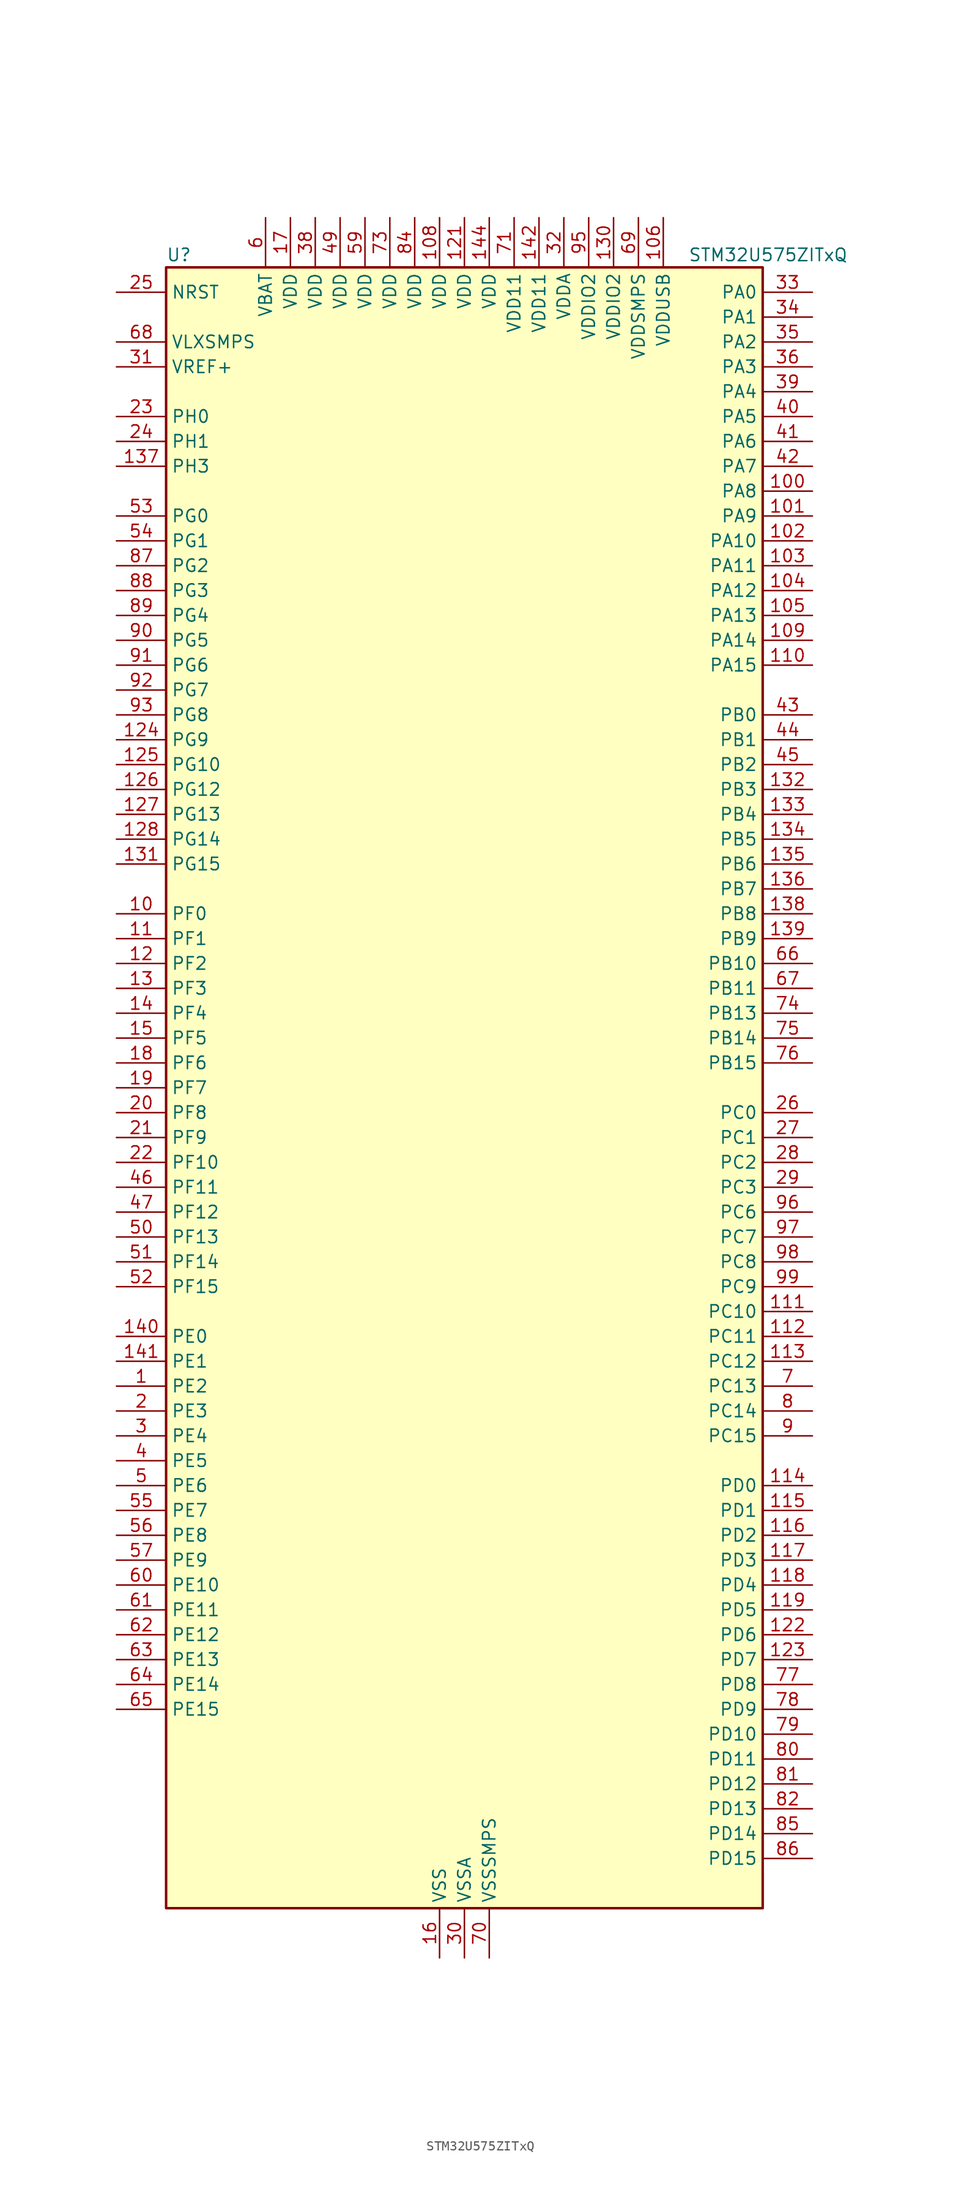
<source format=kicad_sym>
(kicad_symbol_lib
  (version 20211014)
  (generator kicad-library-utils)
  (symbol "STM32U575ZITxQ"
    (property "Reference" "U"
      (at -30.48 85.09 0)
      (effects (font (size 1.27 1.27)) (justify left)))
    (property "Value" "STM32U575ZITxQ"
      (at 22.86 85.09 0)
      (effects (font (size 1.27 1.27)) (justify left)))
    (property "ki_fp_filters" "LQFP*20x20mm*P0.5mm*"
      (at 0.0 0.0 0.0)
      (effects (font (size 1.27 1.27))))
    (symbol "STM32U575ZITxQ_0_1"
      (rectangle (start -30.48 -83.82) (end 30.48 83.82) (stroke (width 0.254)) (fill (type background))))
    (symbol "STM32U575ZITxQ_1_1"
      (pin input line (at -35.56 81.28 0) (length 5.08) (name "NRST" (effects (font (size 1.27 1.27)))) (number "25" (effects (font (size 1.27 1.27)))))
      (pin power_in line (at -35.56 76.2 0) (length 5.08) (name "VLXSMPS" (effects (font (size 1.27 1.27)))) (number "68" (effects (font (size 1.27 1.27)))))
      (pin input line (at -35.56 73.66 0) (length 5.08) (name "VREF+" (effects (font (size 1.27 1.27)))) (number "31" (effects (font (size 1.27 1.27)))) (alternate "VREFBUF_OUT" bidirectional line))
      (pin bidirectional line (at -35.56 68.58 0) (length 5.08) (name "PH0" (effects (font (size 1.27 1.27)))) (number "23" (effects (font (size 1.27 1.27)))) (alternate "RCC_OSC_IN" bidirectional line))
      (pin bidirectional line (at -35.56 66.04 0) (length 5.08) (name "PH1" (effects (font (size 1.27 1.27)))) (number "24" (effects (font (size 1.27 1.27)))) (alternate "RCC_OSC_OUT" bidirectional line))
      (pin bidirectional line (at -35.56 63.5 0) (length 5.08) (name "PH3" (effects (font (size 1.27 1.27)))) (number "137" (effects (font (size 1.27 1.27)))))
      (pin bidirectional line (at -35.56 58.42 0) (length 5.08) (name "PG0" (effects (font (size 1.27 1.27)))) (number "53" (effects (font (size 1.27 1.27)))) (alternate "ADC4_IN7" bidirectional line) (alternate "FMC_A10" bidirectional line) (alternate "OCTOSPIM_P2_IO4" bidirectional line) (alternate "TSC_G8_IO3" bidirectional line))
      (pin bidirectional line (at -35.56 55.88 0) (length 5.08) (name "PG1" (effects (font (size 1.27 1.27)))) (number "54" (effects (font (size 1.27 1.27)))) (alternate "ADC4_IN8" bidirectional line) (alternate "FMC_A11" bidirectional line) (alternate "OCTOSPIM_P2_IO5" bidirectional line) (alternate "TSC_G8_IO4" bidirectional line))
      (pin bidirectional line (at -35.56 53.34 0) (length 5.08) (name "PG2" (effects (font (size 1.27 1.27)))) (number "87" (effects (font (size 1.27 1.27)))) (alternate "FMC_A12" bidirectional line) (alternate "SAI2_SCK_B" bidirectional line) (alternate "SPI1_SCK" bidirectional line))
      (pin bidirectional line (at -35.56 50.8 0) (length 5.08) (name "PG3" (effects (font (size 1.27 1.27)))) (number "88" (effects (font (size 1.27 1.27)))) (alternate "FMC_A13" bidirectional line) (alternate "SAI2_FS_B" bidirectional line) (alternate "SPI1_MISO" bidirectional line))
      (pin bidirectional line (at -35.56 48.26 0) (length 5.08) (name "PG4" (effects (font (size 1.27 1.27)))) (number "89" (effects (font (size 1.27 1.27)))) (alternate "FMC_A14" bidirectional line) (alternate "SAI2_MCLK_B" bidirectional line) (alternate "SPI1_MOSI" bidirectional line))
      (pin bidirectional line (at -35.56 45.72 0) (length 5.08) (name "PG5" (effects (font (size 1.27 1.27)))) (number "90" (effects (font (size 1.27 1.27)))) (alternate "FMC_A15" bidirectional line) (alternate "LPUART1_CTS" bidirectional line) (alternate "SAI2_SD_B" bidirectional line) (alternate "SPI1_NSS" bidirectional line))
      (pin bidirectional line (at -35.56 43.18 0) (length 5.08) (name "PG6" (effects (font (size 1.27 1.27)))) (number "91" (effects (font (size 1.27 1.27)))) (alternate "I2C3_SMBA" bidirectional line) (alternate "LPUART1_DE" bidirectional line) (alternate "LPUART1_RTS" bidirectional line) (alternate "OCTOSPIM_P1_DQS" bidirectional line) (alternate "SPI1_RDY" bidirectional line) (alternate "UCPD1_FRSTX1" bidirectional line))
      (pin bidirectional line (at -35.56 40.64 0) (length 5.08) (name "PG7" (effects (font (size 1.27 1.27)))) (number "92" (effects (font (size 1.27 1.27)))) (alternate "FMC_INT" bidirectional line) (alternate "I2C3_SCL" bidirectional line) (alternate "LPUART1_TX" bidirectional line) (alternate "MDF1_CCK0" bidirectional line) (alternate "OCTOSPIM_P2_DQS" bidirectional line) (alternate "SAI1_CK1" bidirectional line) (alternate "SAI1_MCLK_A" bidirectional line) (alternate "UCPD1_FRSTX2" bidirectional line))
      (pin bidirectional line (at -35.56 38.1 0) (length 5.08) (name "PG8" (effects (font (size 1.27 1.27)))) (number "93" (effects (font (size 1.27 1.27)))) (alternate "I2C3_SDA" bidirectional line) (alternate "LPUART1_RX" bidirectional line))
      (pin bidirectional line (at -35.56 35.56 0) (length 5.08) (name "PG9" (effects (font (size 1.27 1.27)))) (number "124" (effects (font (size 1.27 1.27)))) (alternate "DAC1_EXTI9" bidirectional line) (alternate "FMC_NCE" bidirectional line) (alternate "FMC_NE2" bidirectional line) (alternate "OCTOSPIM_P2_IO6" bidirectional line) (alternate "SAI2_SCK_A" bidirectional line) (alternate "SPI3_SCK" bidirectional line) (alternate "TIM15_CH1N" bidirectional line) (alternate "USART1_TX" bidirectional line))
      (pin bidirectional line (at -35.56 33.02 0) (length 5.08) (name "PG10" (effects (font (size 1.27 1.27)))) (number "125" (effects (font (size 1.27 1.27)))) (alternate "FMC_NE3" bidirectional line) (alternate "LPTIM1_IN1" bidirectional line) (alternate "OCTOSPIM_P2_IO7" bidirectional line) (alternate "SAI2_FS_A" bidirectional line) (alternate "SPI3_MISO" bidirectional line) (alternate "TIM15_CH1" bidirectional line) (alternate "USART1_RX" bidirectional line))
      (pin bidirectional line (at -35.56 30.48 0) (length 5.08) (name "PG12" (effects (font (size 1.27 1.27)))) (number "126" (effects (font (size 1.27 1.27)))) (alternate "FMC_NE4" bidirectional line) (alternate "LPTIM1_ETR" bidirectional line) (alternate "OCTOSPIM_P2_NCS" bidirectional line) (alternate "SAI2_SD_A" bidirectional line) (alternate "SPI3_NSS" bidirectional line) (alternate "USART1_DE" bidirectional line) (alternate "USART1_RTS" bidirectional line))
      (pin bidirectional line (at -35.56 27.94 0) (length 5.08) (name "PG13" (effects (font (size 1.27 1.27)))) (number "127" (effects (font (size 1.27 1.27)))) (alternate "FMC_A24" bidirectional line) (alternate "I2C1_SDA" bidirectional line) (alternate "SPI3_RDY" bidirectional line) (alternate "USART1_CK" bidirectional line))
      (pin bidirectional line (at -35.56 25.4 0) (length 5.08) (name "PG14" (effects (font (size 1.27 1.27)))) (number "128" (effects (font (size 1.27 1.27)))) (alternate "FMC_A25" bidirectional line) (alternate "I2C1_SCL" bidirectional line) (alternate "LPTIM1_CH2" bidirectional line))
      (pin bidirectional line (at -35.56 22.86 0) (length 5.08) (name "PG15" (effects (font (size 1.27 1.27)))) (number "131" (effects (font (size 1.27 1.27)))) (alternate "ADC1_EXTI15" bidirectional line) (alternate "ADC4_EXTI15" bidirectional line) (alternate "DCMI_D13" bidirectional line) (alternate "I2C1_SMBA" bidirectional line) (alternate "LPTIM1_CH1" bidirectional line) (alternate "OCTOSPIM_P2_DQS" bidirectional line) (alternate "PSSI_D13" bidirectional line))
      (pin bidirectional line (at -35.56 17.78 0) (length 5.08) (name "PF0" (effects (font (size 1.27 1.27)))) (number "10" (effects (font (size 1.27 1.27)))) (alternate "FMC_A0" bidirectional line) (alternate "I2C2_SDA" bidirectional line) (alternate "OCTOSPIM_P2_IO0" bidirectional line))
      (pin bidirectional line (at -35.56 15.24 0) (length 5.08) (name "PF1" (effects (font (size 1.27 1.27)))) (number "11" (effects (font (size 1.27 1.27)))) (alternate "FMC_A1" bidirectional line) (alternate "I2C2_SCL" bidirectional line) (alternate "OCTOSPIM_P2_IO1" bidirectional line))
      (pin bidirectional line (at -35.56 12.7 0) (length 5.08) (name "PF2" (effects (font (size 1.27 1.27)))) (number "12" (effects (font (size 1.27 1.27)))) (alternate "FMC_A2" bidirectional line) (alternate "I2C2_SMBA" bidirectional line) (alternate "LPTIM3_CH2" bidirectional line) (alternate "OCTOSPIM_P2_IO2" bidirectional line) (alternate "PWR_WKUP8" bidirectional line))
      (pin bidirectional line (at -35.56 10.16 0) (length 5.08) (name "PF3" (effects (font (size 1.27 1.27)))) (number "13" (effects (font (size 1.27 1.27)))) (alternate "FMC_A3" bidirectional line) (alternate "LPTIM3_IN1" bidirectional line) (alternate "OCTOSPIM_P2_IO3" bidirectional line))
      (pin bidirectional line (at -35.56 7.62 0) (length 5.08) (name "PF4" (effects (font (size 1.27 1.27)))) (number "14" (effects (font (size 1.27 1.27)))) (alternate "FMC_A4" bidirectional line) (alternate "LPTIM3_ETR" bidirectional line) (alternate "OCTOSPIM_P2_CLK" bidirectional line))
      (pin bidirectional line (at -35.56 5.08 0) (length 5.08) (name "PF5" (effects (font (size 1.27 1.27)))) (number "15" (effects (font (size 1.27 1.27)))) (alternate "FMC_A5" bidirectional line) (alternate "LPTIM3_CH1" bidirectional line) (alternate "OCTOSPIM_P2_NCLK" bidirectional line))
      (pin bidirectional line (at -35.56 2.54 0) (length 5.08) (name "PF6" (effects (font (size 1.27 1.27)))) (number "18" (effects (font (size 1.27 1.27)))) (alternate "DCMI_D12" bidirectional line) (alternate "OCTOSPIM_P1_IO3" bidirectional line) (alternate "OCTOSPIM_P2_NCS" bidirectional line) (alternate "PSSI_D12" bidirectional line) (alternate "SAI1_SD_B" bidirectional line) (alternate "TIM5_CH1" bidirectional line) (alternate "TIM5_ETR" bidirectional line))
      (pin bidirectional line (at -35.56 0.0 0) (length 5.08) (name "PF7" (effects (font (size 1.27 1.27)))) (number "19" (effects (font (size 1.27 1.27)))) (alternate "FDCAN1_RX" bidirectional line) (alternate "OCTOSPIM_P1_IO2" bidirectional line) (alternate "SAI1_MCLK_B" bidirectional line) (alternate "TIM5_CH2" bidirectional line))
      (pin bidirectional line (at -35.56 -2.54 0) (length 5.08) (name "PF8" (effects (font (size 1.27 1.27)))) (number "20" (effects (font (size 1.27 1.27)))) (alternate "FDCAN1_TX" bidirectional line) (alternate "OCTOSPIM_P1_IO0" bidirectional line) (alternate "PSSI_D14" bidirectional line) (alternate "SAI1_SCK_B" bidirectional line) (alternate "TIM5_CH3" bidirectional line))
      (pin bidirectional line (at -35.56 -5.08 0) (length 5.08) (name "PF9" (effects (font (size 1.27 1.27)))) (number "21" (effects (font (size 1.27 1.27)))) (alternate "DAC1_EXTI9" bidirectional line) (alternate "OCTOSPIM_P1_IO1" bidirectional line) (alternate "PSSI_D15" bidirectional line) (alternate "SAI1_FS_B" bidirectional line) (alternate "TIM15_CH1" bidirectional line) (alternate "TIM5_CH4" bidirectional line))
      (pin bidirectional line (at -35.56 -7.62 0) (length 5.08) (name "PF10" (effects (font (size 1.27 1.27)))) (number "22" (effects (font (size 1.27 1.27)))) (alternate "DCMI_D11" bidirectional line) (alternate "MDF1_CCK1" bidirectional line) (alternate "OCTOSPIM_P1_CLK" bidirectional line) (alternate "PSSI_D11" bidirectional line) (alternate "PSSI_D15" bidirectional line) (alternate "SAI1_D3" bidirectional line) (alternate "TIM15_CH2" bidirectional line))
      (pin bidirectional line (at -35.56 -10.16 0) (length 5.08) (name "PF11" (effects (font (size 1.27 1.27)))) (number "46" (effects (font (size 1.27 1.27)))) (alternate "ADC1_EXTI11" bidirectional line) (alternate "DCMI_D12" bidirectional line) (alternate "LPTIM4_IN1" bidirectional line) (alternate "OCTOSPIM_P1_NCLK" bidirectional line) (alternate "PSSI_D12" bidirectional line))
      (pin bidirectional line (at -35.56 -12.7 0) (length 5.08) (name "PF12" (effects (font (size 1.27 1.27)))) (number "47" (effects (font (size 1.27 1.27)))) (alternate "FMC_A6" bidirectional line) (alternate "LPTIM4_ETR" bidirectional line) (alternate "OCTOSPIM_P2_DQS" bidirectional line))
      (pin bidirectional line (at -35.56 -15.24 0) (length 5.08) (name "PF13" (effects (font (size 1.27 1.27)))) (number "50" (effects (font (size 1.27 1.27)))) (alternate "FMC_A7" bidirectional line) (alternate "I2C4_SMBA" bidirectional line) (alternate "LPTIM4_OUT" bidirectional line) (alternate "UCPD1_FRSTX2" bidirectional line))
      (pin bidirectional line (at -35.56 -17.78 0) (length 5.08) (name "PF14" (effects (font (size 1.27 1.27)))) (number "51" (effects (font (size 1.27 1.27)))) (alternate "ADC4_IN5" bidirectional line) (alternate "FMC_A8" bidirectional line) (alternate "I2C4_SCL" bidirectional line) (alternate "TSC_G8_IO1" bidirectional line))
      (pin bidirectional line (at -35.56 -20.32 0) (length 5.08) (name "PF15" (effects (font (size 1.27 1.27)))) (number "52" (effects (font (size 1.27 1.27)))) (alternate "ADC1_EXTI15" bidirectional line) (alternate "ADC4_EXTI15" bidirectional line) (alternate "ADC4_IN6" bidirectional line) (alternate "FMC_A9" bidirectional line) (alternate "I2C4_SDA" bidirectional line) (alternate "TSC_G8_IO2" bidirectional line))
      (pin bidirectional line (at -35.56 -25.4 0) (length 5.08) (name "PE0" (effects (font (size 1.27 1.27)))) (number "140" (effects (font (size 1.27 1.27)))) (alternate "DCMI_D2" bidirectional line) (alternate "FMC_NBL0" bidirectional line) (alternate "PSSI_D2" bidirectional line) (alternate "TIM16_CH1" bidirectional line) (alternate "TIM4_ETR" bidirectional line))
      (pin bidirectional line (at -35.56 -27.94 0) (length 5.08) (name "PE1" (effects (font (size 1.27 1.27)))) (number "141" (effects (font (size 1.27 1.27)))) (alternate "DCMI_D3" bidirectional line) (alternate "FMC_NBL1" bidirectional line) (alternate "PSSI_D3" bidirectional line) (alternate "TIM17_CH1" bidirectional line))
      (pin bidirectional line (at -35.56 -30.48 0) (length 5.08) (name "PE2" (effects (font (size 1.27 1.27)))) (number "1" (effects (font (size 1.27 1.27)))) (alternate "DEBUG_TRACECLK" bidirectional line) (alternate "FMC_A23" bidirectional line) (alternate "SAI1_CK1" bidirectional line) (alternate "SAI1_MCLK_A" bidirectional line) (alternate "TIM3_ETR" bidirectional line) (alternate "TSC_G7_IO1" bidirectional line))
      (pin bidirectional line (at -35.56 -33.02 0) (length 5.08) (name "PE3" (effects (font (size 1.27 1.27)))) (number "2" (effects (font (size 1.27 1.27)))) (alternate "DEBUG_TRACED0" bidirectional line) (alternate "FMC_A19" bidirectional line) (alternate "OCTOSPIM_P1_DQS" bidirectional line) (alternate "SAI1_SD_B" bidirectional line) (alternate "TAMP_IN6" bidirectional line) (alternate "TAMP_OUT3" bidirectional line) (alternate "TIM3_CH1" bidirectional line) (alternate "TSC_G7_IO2" bidirectional line))
      (pin bidirectional line (at -35.56 -35.56 0) (length 5.08) (name "PE4" (effects (font (size 1.27 1.27)))) (number "3" (effects (font (size 1.27 1.27)))) (alternate "DCMI_D4" bidirectional line) (alternate "DEBUG_TRACED1" bidirectional line) (alternate "FMC_A20" bidirectional line) (alternate "MDF1_SDI3" bidirectional line) (alternate "PSSI_D4" bidirectional line) (alternate "PWR_WKUP1" bidirectional line) (alternate "SAI1_D2" bidirectional line) (alternate "SAI1_FS_A" bidirectional line) (alternate "TAMP_IN7" bidirectional line) (alternate "TAMP_OUT8" bidirectional line) (alternate "TIM3_CH2" bidirectional line) (alternate "TSC_G7_IO3" bidirectional line))
      (pin bidirectional line (at -35.56 -38.1 0) (length 5.08) (name "PE5" (effects (font (size 1.27 1.27)))) (number "4" (effects (font (size 1.27 1.27)))) (alternate "DCMI_D6" bidirectional line) (alternate "DEBUG_TRACED2" bidirectional line) (alternate "FMC_A21" bidirectional line) (alternate "MDF1_CKI3" bidirectional line) (alternate "PSSI_D6" bidirectional line) (alternate "PWR_WKUP2" bidirectional line) (alternate "SAI1_CK2" bidirectional line) (alternate "SAI1_SCK_A" bidirectional line) (alternate "TAMP_IN8" bidirectional line) (alternate "TAMP_OUT7" bidirectional line) (alternate "TIM3_CH3" bidirectional line) (alternate "TSC_G7_IO4" bidirectional line))
      (pin bidirectional line (at -35.56 -40.64 0) (length 5.08) (name "PE6" (effects (font (size 1.27 1.27)))) (number "5" (effects (font (size 1.27 1.27)))) (alternate "DCMI_D7" bidirectional line) (alternate "DEBUG_TRACED3" bidirectional line) (alternate "FMC_A22" bidirectional line) (alternate "PSSI_D7" bidirectional line) (alternate "PWR_WKUP3" bidirectional line) (alternate "SAI1_D1" bidirectional line) (alternate "SAI1_SD_A" bidirectional line) (alternate "TAMP_IN3" bidirectional line) (alternate "TAMP_OUT6" bidirectional line) (alternate "TIM3_CH4" bidirectional line))
      (pin bidirectional line (at -35.56 -43.18 0) (length 5.08) (name "PE7" (effects (font (size 1.27 1.27)))) (number "55" (effects (font (size 1.27 1.27)))) (alternate "FMC_D4" bidirectional line) (alternate "FMC_DA4" bidirectional line) (alternate "MDF1_SDI2" bidirectional line) (alternate "PWR_WKUP6" bidirectional line) (alternate "SAI1_SD_B" bidirectional line) (alternate "TIM1_ETR" bidirectional line))
      (pin bidirectional line (at -35.56 -45.72 0) (length 5.08) (name "PE8" (effects (font (size 1.27 1.27)))) (number "56" (effects (font (size 1.27 1.27)))) (alternate "FMC_D5" bidirectional line) (alternate "FMC_DA5" bidirectional line) (alternate "MDF1_CKI2" bidirectional line) (alternate "PWR_WKUP7" bidirectional line) (alternate "SAI1_SCK_B" bidirectional line) (alternate "TIM1_CH1N" bidirectional line))
      (pin bidirectional line (at -35.56 -48.26 0) (length 5.08) (name "PE9" (effects (font (size 1.27 1.27)))) (number "57" (effects (font (size 1.27 1.27)))) (alternate "ADF1_CCK0" bidirectional line) (alternate "DAC1_EXTI9" bidirectional line) (alternate "FMC_D6" bidirectional line) (alternate "FMC_DA6" bidirectional line) (alternate "MDF1_CCK0" bidirectional line) (alternate "OCTOSPIM_P1_NCLK" bidirectional line) (alternate "SAI1_FS_B" bidirectional line) (alternate "TIM1_CH1" bidirectional line))
      (pin bidirectional line (at -35.56 -50.8 0) (length 5.08) (name "PE10" (effects (font (size 1.27 1.27)))) (number "60" (effects (font (size 1.27 1.27)))) (alternate "ADF1_SDI0" bidirectional line) (alternate "FMC_D7" bidirectional line) (alternate "FMC_DA7" bidirectional line) (alternate "MDF1_SDI4" bidirectional line) (alternate "OCTOSPIM_P1_CLK" bidirectional line) (alternate "SAI1_MCLK_B" bidirectional line) (alternate "TIM1_CH2N" bidirectional line) (alternate "TSC_G5_IO1" bidirectional line))
      (pin bidirectional line (at -35.56 -53.34 0) (length 5.08) (name "PE11" (effects (font (size 1.27 1.27)))) (number "61" (effects (font (size 1.27 1.27)))) (alternate "ADC1_EXTI11" bidirectional line) (alternate "FMC_D8" bidirectional line) (alternate "FMC_DA8" bidirectional line) (alternate "MDF1_CKI4" bidirectional line) (alternate "OCTOSPIM_P1_NCS" bidirectional line) (alternate "SPI1_RDY" bidirectional line) (alternate "TIM1_CH2" bidirectional line) (alternate "TSC_G5_IO2" bidirectional line))
      (pin bidirectional line (at -35.56 -55.88 0) (length 5.08) (name "PE12" (effects (font (size 1.27 1.27)))) (number "62" (effects (font (size 1.27 1.27)))) (alternate "FMC_D9" bidirectional line) (alternate "FMC_DA9" bidirectional line) (alternate "MDF1_SDI5" bidirectional line) (alternate "OCTOSPIM_P1_IO0" bidirectional line) (alternate "SPI1_NSS" bidirectional line) (alternate "TIM1_CH3N" bidirectional line) (alternate "TSC_G5_IO3" bidirectional line))
      (pin bidirectional line (at -35.56 -58.42 0) (length 5.08) (name "PE13" (effects (font (size 1.27 1.27)))) (number "63" (effects (font (size 1.27 1.27)))) (alternate "FMC_D10" bidirectional line) (alternate "FMC_DA10" bidirectional line) (alternate "MDF1_CKI5" bidirectional line) (alternate "OCTOSPIM_P1_IO1" bidirectional line) (alternate "SPI1_SCK" bidirectional line) (alternate "TIM1_CH3" bidirectional line) (alternate "TSC_G5_IO4" bidirectional line))
      (pin bidirectional line (at -35.56 -60.96 0) (length 5.08) (name "PE14" (effects (font (size 1.27 1.27)))) (number "64" (effects (font (size 1.27 1.27)))) (alternate "FMC_D11" bidirectional line) (alternate "FMC_DA11" bidirectional line) (alternate "OCTOSPIM_P1_IO2" bidirectional line) (alternate "SPI1_MISO" bidirectional line) (alternate "TIM1_BKIN2" bidirectional line) (alternate "TIM1_CH4" bidirectional line))
      (pin bidirectional line (at -35.56 -63.5 0) (length 5.08) (name "PE15" (effects (font (size 1.27 1.27)))) (number "65" (effects (font (size 1.27 1.27)))) (alternate "ADC1_EXTI15" bidirectional line) (alternate "ADC4_EXTI15" bidirectional line) (alternate "FMC_D12" bidirectional line) (alternate "FMC_DA12" bidirectional line) (alternate "OCTOSPIM_P1_IO3" bidirectional line) (alternate "SPI1_MOSI" bidirectional line) (alternate "TIM1_BKIN" bidirectional line) (alternate "TIM1_CH4N" bidirectional line))
      (pin bidirectional line (at 35.56 81.28 180) (length 5.08) (name "PA0" (effects (font (size 1.27 1.27)))) (number "33" (effects (font (size 1.27 1.27)))) (alternate "ADC1_IN5" bidirectional line) (alternate "AUDIOCLK" bidirectional line) (alternate "OCTOSPIM_P2_NCS" bidirectional line) (alternate "OPAMP1_VINP" bidirectional line) (alternate "PWR_WKUP1" bidirectional line) (alternate "SDMMC2_CMD" bidirectional line) (alternate "SPI3_RDY" bidirectional line) (alternate "TAMP_IN2" bidirectional line) (alternate "TAMP_OUT1" bidirectional line) (alternate "TIM2_CH1" bidirectional line) (alternate "TIM2_ETR" bidirectional line) (alternate "TIM5_CH1" bidirectional line) (alternate "TIM8_ETR" bidirectional line) (alternate "UART4_TX" bidirectional line) (alternate "USART2_CTS" bidirectional line))
      (pin bidirectional line (at 35.56 78.74 180) (length 5.08) (name "PA1" (effects (font (size 1.27 1.27)))) (number "34" (effects (font (size 1.27 1.27)))) (alternate "ADC1_IN6" bidirectional line) (alternate "I2C1_SMBA" bidirectional line) (alternate "LPTIM1_CH2" bidirectional line) (alternate "OCTOSPIM_P1_DQS" bidirectional line) (alternate "OPAMP1_VINM" bidirectional line) (alternate "PWR_WKUP3" bidirectional line) (alternate "SPI1_SCK" bidirectional line) (alternate "TAMP_IN5" bidirectional line) (alternate "TAMP_OUT4" bidirectional line) (alternate "TIM15_CH1N" bidirectional line) (alternate "TIM2_CH2" bidirectional line) (alternate "TIM5_CH2" bidirectional line) (alternate "UART4_RX" bidirectional line) (alternate "USART2_DE" bidirectional line) (alternate "USART2_RTS" bidirectional line))
      (pin bidirectional line (at 35.56 76.2 180) (length 5.08) (name "PA2" (effects (font (size 1.27 1.27)))) (number "35" (effects (font (size 1.27 1.27)))) (alternate "ADC1_IN7" bidirectional line) (alternate "COMP1_INP" bidirectional line) (alternate "LPUART1_TX" bidirectional line) (alternate "OCTOSPIM_P1_NCS" bidirectional line) (alternate "PWR_WKUP4" bidirectional line) (alternate "RCC_LSCO" bidirectional line) (alternate "SPI1_RDY" bidirectional line) (alternate "TIM15_CH1" bidirectional line) (alternate "TIM2_CH3" bidirectional line) (alternate "TIM5_CH3" bidirectional line) (alternate "UCPD1_FRSTX1" bidirectional line) (alternate "USART2_TX" bidirectional line))
      (pin bidirectional line (at 35.56 73.66 180) (length 5.08) (name "PA3" (effects (font (size 1.27 1.27)))) (number "36" (effects (font (size 1.27 1.27)))) (alternate "ADC1_IN8" bidirectional line) (alternate "LPUART1_RX" bidirectional line) (alternate "OCTOSPIM_P1_CLK" bidirectional line) (alternate "OPAMP1_VOUT" bidirectional line) (alternate "PWR_WKUP5" bidirectional line) (alternate "SAI1_CK1" bidirectional line) (alternate "SAI1_MCLK_A" bidirectional line) (alternate "TIM15_CH2" bidirectional line) (alternate "TIM2_CH4" bidirectional line) (alternate "TIM5_CH4" bidirectional line) (alternate "USART2_RX" bidirectional line))
      (pin bidirectional line (at 35.56 71.12 180) (length 5.08) (name "PA4" (effects (font (size 1.27 1.27)))) (number "39" (effects (font (size 1.27 1.27)))) (alternate "ADC1_IN9" bidirectional line) (alternate "ADC4_IN9" bidirectional line) (alternate "DAC1_OUT1" bidirectional line) (alternate "DCMI_HSYNC" bidirectional line) (alternate "LPTIM2_CH1" bidirectional line) (alternate "OCTOSPIM_P1_NCS" bidirectional line) (alternate "PSSI_DE" bidirectional line) (alternate "PWR_WKUP2" bidirectional line) (alternate "SAI1_FS_B" bidirectional line) (alternate "SPI1_NSS" bidirectional line) (alternate "SPI3_NSS" bidirectional line) (alternate "USART2_CK" bidirectional line))
      (pin bidirectional line (at 35.56 68.58 180) (length 5.08) (name "PA5" (effects (font (size 1.27 1.27)))) (number "40" (effects (font (size 1.27 1.27)))) (alternate "ADC1_IN10" bidirectional line) (alternate "ADC4_IN10" bidirectional line) (alternate "DAC1_OUT2" bidirectional line) (alternate "LPTIM2_ETR" bidirectional line) (alternate "PSSI_D14" bidirectional line) (alternate "PWR_CSLEEP" bidirectional line) (alternate "PWR_WKUP6" bidirectional line) (alternate "SPI1_SCK" bidirectional line) (alternate "TIM2_CH1" bidirectional line) (alternate "TIM2_ETR" bidirectional line) (alternate "TIM8_CH1N" bidirectional line) (alternate "USART3_RX" bidirectional line))
      (pin bidirectional line (at 35.56 66.04 180) (length 5.08) (name "PA6" (effects (font (size 1.27 1.27)))) (number "41" (effects (font (size 1.27 1.27)))) (alternate "ADC1_IN11" bidirectional line) (alternate "ADC4_IN11" bidirectional line) (alternate "DCMI_PIXCLK" bidirectional line) (alternate "LPUART1_CTS" bidirectional line) (alternate "OCTOSPIM_P1_IO3" bidirectional line) (alternate "OPAMP2_VINP" bidirectional line) (alternate "PSSI_PDCK" bidirectional line) (alternate "PWR_CDSTOP" bidirectional line) (alternate "PWR_WKUP7" bidirectional line) (alternate "SPI1_MISO" bidirectional line) (alternate "TIM16_CH1" bidirectional line) (alternate "TIM1_BKIN" bidirectional line) (alternate "TIM3_CH1" bidirectional line) (alternate "TIM8_BKIN" bidirectional line) (alternate "USART3_CTS" bidirectional line))
      (pin bidirectional line (at 35.56 63.5 180) (length 5.08) (name "PA7" (effects (font (size 1.27 1.27)))) (number "42" (effects (font (size 1.27 1.27)))) (alternate "ADC1_IN12" bidirectional line) (alternate "ADC4_IN20" bidirectional line) (alternate "I2C3_SCL" bidirectional line) (alternate "LPTIM2_CH2" bidirectional line) (alternate "OCTOSPIM_P1_IO2" bidirectional line) (alternate "OPAMP2_VINM" bidirectional line) (alternate "PWR_SRDSTOP" bidirectional line) (alternate "PWR_WKUP8" bidirectional line) (alternate "SPI1_MOSI" bidirectional line) (alternate "TIM17_CH1" bidirectional line) (alternate "TIM1_CH1N" bidirectional line) (alternate "TIM3_CH2" bidirectional line) (alternate "TIM8_CH1N" bidirectional line) (alternate "USART3_TX" bidirectional line))
      (pin bidirectional line (at 35.56 60.96 180) (length 5.08) (name "PA8" (effects (font (size 1.27 1.27)))) (number "100" (effects (font (size 1.27 1.27)))) (alternate "DEBUG_TRACECLK" bidirectional line) (alternate "LPTIM2_CH1" bidirectional line) (alternate "RCC_MCO" bidirectional line) (alternate "SAI1_CK2" bidirectional line) (alternate "SAI1_SCK_A" bidirectional line) (alternate "SPI1_RDY" bidirectional line) (alternate "TIM1_CH1" bidirectional line) (alternate "USART1_CK" bidirectional line) (alternate "USB_OTG_FS_SOF" bidirectional line))
      (pin bidirectional line (at 35.56 58.42 180) (length 5.08) (name "PA9" (effects (font (size 1.27 1.27)))) (number "101" (effects (font (size 1.27 1.27)))) (alternate "DAC1_EXTI9" bidirectional line) (alternate "DCMI_D0" bidirectional line) (alternate "PSSI_D0" bidirectional line) (alternate "SAI1_FS_A" bidirectional line) (alternate "SPI2_SCK" bidirectional line) (alternate "TIM15_BKIN" bidirectional line) (alternate "TIM1_CH2" bidirectional line) (alternate "USART1_TX" bidirectional line) (alternate "USB_OTG_FS_VBUS" bidirectional line))
      (pin bidirectional line (at 35.56 55.88 180) (length 5.08) (name "PA10" (effects (font (size 1.27 1.27)))) (number "102" (effects (font (size 1.27 1.27)))) (alternate "CRS_SYNC" bidirectional line) (alternate "DCMI_D1" bidirectional line) (alternate "LPTIM2_IN2" bidirectional line) (alternate "PSSI_D1" bidirectional line) (alternate "SAI1_D1" bidirectional line) (alternate "SAI1_SD_A" bidirectional line) (alternate "TIM17_BKIN" bidirectional line) (alternate "TIM1_CH3" bidirectional line) (alternate "USART1_RX" bidirectional line) (alternate "USB_OTG_FS_ID" bidirectional line))
      (pin bidirectional line (at 35.56 53.34 180) (length 5.08) (name "PA11" (effects (font (size 1.27 1.27)))) (number "103" (effects (font (size 1.27 1.27)))) (alternate "ADC1_EXTI11" bidirectional line) (alternate "FDCAN1_RX" bidirectional line) (alternate "SPI1_MISO" bidirectional line) (alternate "TIM1_BKIN2" bidirectional line) (alternate "TIM1_CH4" bidirectional line) (alternate "USART1_CTS" bidirectional line) (alternate "USB_OTG_FS_DM" bidirectional line))
      (pin bidirectional line (at 35.56 50.8 180) (length 5.08) (name "PA12" (effects (font (size 1.27 1.27)))) (number "104" (effects (font (size 1.27 1.27)))) (alternate "FDCAN1_TX" bidirectional line) (alternate "OCTOSPIM_P2_NCS" bidirectional line) (alternate "SPI1_MOSI" bidirectional line) (alternate "TIM1_ETR" bidirectional line) (alternate "USART1_DE" bidirectional line) (alternate "USART1_RTS" bidirectional line) (alternate "USB_OTG_FS_DP" bidirectional line))
      (pin bidirectional line (at 35.56 48.26 180) (length 5.08) (name "PA13" (effects (font (size 1.27 1.27)))) (number "105" (effects (font (size 1.27 1.27)))) (alternate "DEBUG_JTMS-SWDIO" bidirectional line) (alternate "IR_OUT" bidirectional line) (alternate "SAI1_SD_B" bidirectional line) (alternate "USB_OTG_FS_NOE" bidirectional line))
      (pin bidirectional line (at 35.56 45.72 180) (length 5.08) (name "PA14" (effects (font (size 1.27 1.27)))) (number "109" (effects (font (size 1.27 1.27)))) (alternate "DEBUG_JTCK-SWCLK" bidirectional line) (alternate "I2C1_SMBA" bidirectional line) (alternate "I2C4_SMBA" bidirectional line) (alternate "LPTIM1_CH1" bidirectional line) (alternate "SAI1_FS_B" bidirectional line) (alternate "USB_OTG_FS_SOF" bidirectional line))
      (pin bidirectional line (at 35.56 43.18 180) (length 5.08) (name "PA15" (effects (font (size 1.27 1.27)))) (number "110" (effects (font (size 1.27 1.27)))) (alternate "ADC1_EXTI15" bidirectional line) (alternate "ADC4_EXTI15" bidirectional line) (alternate "DEBUG_JTDI" bidirectional line) (alternate "SAI2_FS_B" bidirectional line) (alternate "SPI1_NSS" bidirectional line) (alternate "SPI3_NSS" bidirectional line) (alternate "TIM2_CH1" bidirectional line) (alternate "TIM2_ETR" bidirectional line) (alternate "UART4_DE" bidirectional line) (alternate "UART4_RTS" bidirectional line) (alternate "UCPD1_CC1" bidirectional line) (alternate "USART2_RX" bidirectional line) (alternate "USART3_DE" bidirectional line) (alternate "USART3_RTS" bidirectional line))
      (pin bidirectional line (at 35.56 38.1 180) (length 5.08) (name "PB0" (effects (font (size 1.27 1.27)))) (number "43" (effects (font (size 1.27 1.27)))) (alternate "ADC1_IN15" bidirectional line) (alternate "ADC4_IN18" bidirectional line) (alternate "AUDIOCLK" bidirectional line) (alternate "COMP1_OUT" bidirectional line) (alternate "LPTIM3_CH1" bidirectional line) (alternate "OCTOSPIM_P1_IO1" bidirectional line) (alternate "OPAMP2_VOUT" bidirectional line) (alternate "SPI1_NSS" bidirectional line) (alternate "TIM1_CH2N" bidirectional line) (alternate "TIM3_CH3" bidirectional line) (alternate "TIM8_CH2N" bidirectional line) (alternate "USART3_CK" bidirectional line))
      (pin bidirectional line (at 35.56 35.56 180) (length 5.08) (name "PB1" (effects (font (size 1.27 1.27)))) (number "44" (effects (font (size 1.27 1.27)))) (alternate "ADC1_IN16" bidirectional line) (alternate "ADC4_IN19" bidirectional line) (alternate "COMP1_INM" bidirectional line) (alternate "LPTIM2_IN1" bidirectional line) (alternate "LPTIM3_CH2" bidirectional line) (alternate "LPUART1_DE" bidirectional line) (alternate "LPUART1_RTS" bidirectional line) (alternate "MDF1_SDI0" bidirectional line) (alternate "OCTOSPIM_P1_IO0" bidirectional line) (alternate "PWR_WKUP4" bidirectional line) (alternate "TIM1_CH3N" bidirectional line) (alternate "TIM3_CH4" bidirectional line) (alternate "TIM8_CH3N" bidirectional line) (alternate "USART3_DE" bidirectional line) (alternate "USART3_RTS" bidirectional line))
      (pin bidirectional line (at 35.56 33.02 180) (length 5.08) (name "PB2" (effects (font (size 1.27 1.27)))) (number "45" (effects (font (size 1.27 1.27)))) (alternate "ADC1_IN17" bidirectional line) (alternate "COMP1_INP" bidirectional line) (alternate "I2C3_SMBA" bidirectional line) (alternate "LPTIM1_CH1" bidirectional line) (alternate "MDF1_CKI0" bidirectional line) (alternate "OCTOSPIM_P1_DQS" bidirectional line) (alternate "PWR_WKUP1" bidirectional line) (alternate "RTC_OUT2" bidirectional line) (alternate "SPI1_RDY" bidirectional line) (alternate "TIM8_CH4N" bidirectional line) (alternate "UCPD1_FRSTX1" bidirectional line))
      (pin bidirectional line (at 35.56 30.48 180) (length 5.08) (name "PB3" (effects (font (size 1.27 1.27)))) (number "132" (effects (font (size 1.27 1.27)))) (alternate "ADF1_CCK0" bidirectional line) (alternate "COMP2_INM" bidirectional line) (alternate "CRS_SYNC" bidirectional line) (alternate "DEBUG_JTDO-SWO" bidirectional line) (alternate "I2C1_SDA" bidirectional line) (alternate "LPTIM1_CH1" bidirectional line) (alternate "SAI1_SCK_B" bidirectional line) (alternate "SDMMC2_D2" bidirectional line) (alternate "SPI1_SCK" bidirectional line) (alternate "SPI3_SCK" bidirectional line) (alternate "TIM2_CH2" bidirectional line) (alternate "USART1_DE" bidirectional line) (alternate "USART1_RTS" bidirectional line))
      (pin bidirectional line (at 35.56 27.94 180) (length 5.08) (name "PB4" (effects (font (size 1.27 1.27)))) (number "133" (effects (font (size 1.27 1.27)))) (alternate "ADF1_SDI0" bidirectional line) (alternate "COMP2_INP" bidirectional line) (alternate "DCMI_D12" bidirectional line) (alternate "DEBUG_JTRST" bidirectional line) (alternate "I2C3_SDA" bidirectional line) (alternate "LPTIM1_CH2" bidirectional line) (alternate "PSSI_D12" bidirectional line) (alternate "SAI1_MCLK_B" bidirectional line) (alternate "SDMMC2_D3" bidirectional line) (alternate "SPI1_MISO" bidirectional line) (alternate "SPI3_MISO" bidirectional line) (alternate "TIM17_BKIN" bidirectional line) (alternate "TIM3_CH1" bidirectional line) (alternate "TSC_G2_IO1" bidirectional line) (alternate "UART5_DE" bidirectional line) (alternate "UART5_RTS" bidirectional line) (alternate "USART1_CTS" bidirectional line))
      (pin bidirectional line (at 35.56 25.4 180) (length 5.08) (name "PB5" (effects (font (size 1.27 1.27)))) (number "134" (effects (font (size 1.27 1.27)))) (alternate "COMP2_OUT" bidirectional line) (alternate "DCMI_D10" bidirectional line) (alternate "I2C1_SMBA" bidirectional line) (alternate "LPTIM1_IN1" bidirectional line) (alternate "OCTOSPIM_P1_NCLK" bidirectional line) (alternate "PSSI_D10" bidirectional line) (alternate "PWR_WKUP6" bidirectional line) (alternate "SAI1_SD_B" bidirectional line) (alternate "SPI1_MOSI" bidirectional line) (alternate "SPI3_MOSI" bidirectional line) (alternate "TIM16_BKIN" bidirectional line) (alternate "TIM3_CH2" bidirectional line) (alternate "TSC_G2_IO2" bidirectional line) (alternate "UART5_CTS" bidirectional line) (alternate "UCPD1_DBCC1" bidirectional line) (alternate "USART1_CK" bidirectional line))
      (pin bidirectional line (at 35.56 22.86 180) (length 5.08) (name "PB6" (effects (font (size 1.27 1.27)))) (number "135" (effects (font (size 1.27 1.27)))) (alternate "COMP2_INP" bidirectional line) (alternate "DCMI_D5" bidirectional line) (alternate "I2C1_SCL" bidirectional line) (alternate "I2C4_SCL" bidirectional line) (alternate "LPTIM1_ETR" bidirectional line) (alternate "MDF1_SDI5" bidirectional line) (alternate "PSSI_D5" bidirectional line) (alternate "PWR_WKUP3" bidirectional line) (alternate "SAI1_FS_B" bidirectional line) (alternate "TIM16_CH1N" bidirectional line) (alternate "TIM4_CH1" bidirectional line) (alternate "TIM8_BKIN2" bidirectional line) (alternate "TSC_G2_IO3" bidirectional line) (alternate "USART1_TX" bidirectional line))
      (pin bidirectional line (at 35.56 20.32 180) (length 5.08) (name "PB7" (effects (font (size 1.27 1.27)))) (number "136" (effects (font (size 1.27 1.27)))) (alternate "COMP2_INM" bidirectional line) (alternate "DCMI_VSYNC" bidirectional line) (alternate "FMC_NL" bidirectional line) (alternate "I2C1_SDA" bidirectional line) (alternate "I2C4_SDA" bidirectional line) (alternate "LPTIM1_IN2" bidirectional line) (alternate "MDF1_CKI5" bidirectional line) (alternate "PSSI_RDY" bidirectional line) (alternate "PWR_PVD_IN" bidirectional line) (alternate "PWR_WKUP4" bidirectional line) (alternate "TIM17_CH1N" bidirectional line) (alternate "TIM4_CH2" bidirectional line) (alternate "TIM8_BKIN" bidirectional line) (alternate "TSC_G2_IO4" bidirectional line) (alternate "UART4_CTS" bidirectional line) (alternate "USART1_RX" bidirectional line))
      (pin bidirectional line (at 35.56 17.78 180) (length 5.08) (name "PB8" (effects (font (size 1.27 1.27)))) (number "138" (effects (font (size 1.27 1.27)))) (alternate "DCMI_D6" bidirectional line) (alternate "FDCAN1_RX" bidirectional line) (alternate "I2C1_SCL" bidirectional line) (alternate "MDF1_CCK0" bidirectional line) (alternate "PSSI_D6" bidirectional line) (alternate "PWR_WKUP5" bidirectional line) (alternate "SAI1_CK1" bidirectional line) (alternate "SAI1_MCLK_A" bidirectional line) (alternate "SDMMC1_CKIN" bidirectional line) (alternate "SDMMC1_D4" bidirectional line) (alternate "SDMMC2_D4" bidirectional line) (alternate "SPI3_RDY" bidirectional line) (alternate "TIM16_CH1" bidirectional line) (alternate "TIM4_CH3" bidirectional line))
      (pin bidirectional line (at 35.56 15.24 180) (length 5.08) (name "PB9" (effects (font (size 1.27 1.27)))) (number "139" (effects (font (size 1.27 1.27)))) (alternate "DAC1_EXTI9" bidirectional line) (alternate "DCMI_D7" bidirectional line) (alternate "FDCAN1_TX" bidirectional line) (alternate "I2C1_SDA" bidirectional line) (alternate "IR_OUT" bidirectional line) (alternate "PSSI_D7" bidirectional line) (alternate "SAI1_D2" bidirectional line) (alternate "SAI1_FS_A" bidirectional line) (alternate "SDMMC1_CDIR" bidirectional line) (alternate "SDMMC1_D5" bidirectional line) (alternate "SDMMC2_D5" bidirectional line) (alternate "SPI2_NSS" bidirectional line) (alternate "TIM17_CH1" bidirectional line) (alternate "TIM4_CH4" bidirectional line))
      (pin bidirectional line (at 35.56 12.7 180) (length 5.08) (name "PB10" (effects (font (size 1.27 1.27)))) (number "66" (effects (font (size 1.27 1.27)))) (alternate "COMP1_OUT" bidirectional line) (alternate "I2C2_SCL" bidirectional line) (alternate "I2C4_SCL" bidirectional line) (alternate "LPTIM3_CH1" bidirectional line) (alternate "LPUART1_RX" bidirectional line) (alternate "OCTOSPIM_P1_CLK" bidirectional line) (alternate "PWR_WKUP8" bidirectional line) (alternate "SAI1_SCK_A" bidirectional line) (alternate "SPI2_SCK" bidirectional line) (alternate "TIM2_CH3" bidirectional line) (alternate "TSC_SYNC" bidirectional line) (alternate "USART3_TX" bidirectional line))
      (pin bidirectional line (at 35.56 10.16 180) (length 5.08) (name "PB11" (effects (font (size 1.27 1.27)))) (number "67" (effects (font (size 1.27 1.27)))) (alternate "ADC1_EXTI11" bidirectional line) (alternate "COMP2_OUT" bidirectional line) (alternate "I2C2_SDA" bidirectional line) (alternate "I2C4_SDA" bidirectional line) (alternate "LPUART1_TX" bidirectional line) (alternate "OCTOSPIM_P1_NCS" bidirectional line) (alternate "SPI2_RDY" bidirectional line) (alternate "TIM2_CH4" bidirectional line) (alternate "USART3_RX" bidirectional line))
      (pin bidirectional line (at 35.56 7.62 180) (length 5.08) (name "PB13" (effects (font (size 1.27 1.27)))) (number "74" (effects (font (size 1.27 1.27)))) (alternate "I2C2_SCL" bidirectional line) (alternate "LPTIM3_IN1" bidirectional line) (alternate "LPUART1_CTS" bidirectional line) (alternate "MDF1_CKI1" bidirectional line) (alternate "SAI2_SCK_A" bidirectional line) (alternate "SPI2_SCK" bidirectional line) (alternate "TIM15_CH1N" bidirectional line) (alternate "TIM1_CH1N" bidirectional line) (alternate "TSC_G1_IO2" bidirectional line) (alternate "USART3_CTS" bidirectional line))
      (pin bidirectional line (at 35.56 5.08 180) (length 5.08) (name "PB14" (effects (font (size 1.27 1.27)))) (number "75" (effects (font (size 1.27 1.27)))) (alternate "I2C2_SDA" bidirectional line) (alternate "LPTIM3_ETR" bidirectional line) (alternate "MDF1_SDI2" bidirectional line) (alternate "SAI2_MCLK_A" bidirectional line) (alternate "SDMMC2_D0" bidirectional line) (alternate "SPI2_MISO" bidirectional line) (alternate "TIM15_CH1" bidirectional line) (alternate "TIM1_CH2N" bidirectional line) (alternate "TIM8_CH2N" bidirectional line) (alternate "TSC_G1_IO3" bidirectional line) (alternate "UCPD1_DBCC2" bidirectional line) (alternate "USART3_DE" bidirectional line) (alternate "USART3_RTS" bidirectional line))
      (pin bidirectional line (at 35.56 2.54 180) (length 5.08) (name "PB15" (effects (font (size 1.27 1.27)))) (number "76" (effects (font (size 1.27 1.27)))) (alternate "ADC1_EXTI15" bidirectional line) (alternate "ADC4_EXTI15" bidirectional line) (alternate "FMC_NBL1" bidirectional line) (alternate "LPTIM2_IN2" bidirectional line) (alternate "MDF1_CKI2" bidirectional line) (alternate "PWR_WKUP7" bidirectional line) (alternate "RTC_REFIN" bidirectional line) (alternate "SAI2_SD_A" bidirectional line) (alternate "SDMMC2_D1" bidirectional line) (alternate "SPI2_MOSI" bidirectional line) (alternate "TIM15_CH2" bidirectional line) (alternate "TIM1_CH3N" bidirectional line) (alternate "TIM8_CH3N" bidirectional line) (alternate "UCPD1_CC2" bidirectional line))
      (pin bidirectional line (at 35.56 -2.54 180) (length 5.08) (name "PC0" (effects (font (size 1.27 1.27)))) (number "26" (effects (font (size 1.27 1.27)))) (alternate "ADC1_IN1" bidirectional line) (alternate "ADC4_IN1" bidirectional line) (alternate "I2C3_SCL" bidirectional line) (alternate "LPTIM1_IN1" bidirectional line) (alternate "LPTIM2_IN1" bidirectional line) (alternate "LPUART1_RX" bidirectional line) (alternate "MDF1_SDI4" bidirectional line) (alternate "OCTOSPIM_P1_IO7" bidirectional line) (alternate "SAI2_FS_A" bidirectional line) (alternate "SDMMC1_D5" bidirectional line) (alternate "SPI2_RDY" bidirectional line))
      (pin bidirectional line (at 35.56 -5.08 180) (length 5.08) (name "PC1" (effects (font (size 1.27 1.27)))) (number "27" (effects (font (size 1.27 1.27)))) (alternate "ADC1_IN2" bidirectional line) (alternate "ADC4_IN2" bidirectional line) (alternate "DEBUG_TRACED0" bidirectional line) (alternate "I2C3_SDA" bidirectional line) (alternate "LPTIM1_CH1" bidirectional line) (alternate "LPUART1_TX" bidirectional line) (alternate "MDF1_CKI4" bidirectional line) (alternate "OCTOSPIM_P1_IO4" bidirectional line) (alternate "SAI1_SD_A" bidirectional line) (alternate "SDMMC2_CK" bidirectional line) (alternate "SPI2_MOSI" bidirectional line))
      (pin bidirectional line (at 35.56 -7.62 180) (length 5.08) (name "PC2" (effects (font (size 1.27 1.27)))) (number "28" (effects (font (size 1.27 1.27)))) (alternate "ADC1_IN3" bidirectional line) (alternate "ADC4_IN3" bidirectional line) (alternate "LPTIM1_IN2" bidirectional line) (alternate "MDF1_CCK1" bidirectional line) (alternate "OCTOSPIM_P1_IO5" bidirectional line) (alternate "SPI2_MISO" bidirectional line))
      (pin bidirectional line (at 35.56 -10.16 180) (length 5.08) (name "PC3" (effects (font (size 1.27 1.27)))) (number "29" (effects (font (size 1.27 1.27)))) (alternate "ADC1_IN4" bidirectional line) (alternate "ADC4_IN4" bidirectional line) (alternate "LPTIM1_ETR" bidirectional line) (alternate "LPTIM2_ETR" bidirectional line) (alternate "LPTIM3_CH1" bidirectional line) (alternate "OCTOSPIM_P1_IO6" bidirectional line) (alternate "SAI1_D1" bidirectional line) (alternate "SAI1_SD_A" bidirectional line) (alternate "SPI2_MOSI" bidirectional line))
      (pin bidirectional line (at 35.56 -12.7 180) (length 5.08) (name "PC6" (effects (font (size 1.27 1.27)))) (number "96" (effects (font (size 1.27 1.27)))) (alternate "DCMI_D0" bidirectional line) (alternate "MDF1_CKI3" bidirectional line) (alternate "PSSI_D0" bidirectional line) (alternate "PWR_CSLEEP" bidirectional line) (alternate "SAI2_MCLK_A" bidirectional line) (alternate "SDMMC1_D0DIR" bidirectional line) (alternate "SDMMC1_D6" bidirectional line) (alternate "SDMMC2_D6" bidirectional line) (alternate "TIM3_CH1" bidirectional line) (alternate "TIM8_CH1" bidirectional line) (alternate "TSC_G4_IO1" bidirectional line))
      (pin bidirectional line (at 35.56 -15.24 180) (length 5.08) (name "PC7" (effects (font (size 1.27 1.27)))) (number "97" (effects (font (size 1.27 1.27)))) (alternate "DCMI_D1" bidirectional line) (alternate "LPTIM2_CH2" bidirectional line) (alternate "MDF1_SDI3" bidirectional line) (alternate "PSSI_D1" bidirectional line) (alternate "PWR_CDSTOP" bidirectional line) (alternate "SAI2_MCLK_B" bidirectional line) (alternate "SDMMC1_D123DIR" bidirectional line) (alternate "SDMMC1_D7" bidirectional line) (alternate "SDMMC2_D7" bidirectional line) (alternate "TIM3_CH2" bidirectional line) (alternate "TIM8_CH2" bidirectional line) (alternate "TSC_G4_IO2" bidirectional line))
      (pin bidirectional line (at 35.56 -17.78 180) (length 5.08) (name "PC8" (effects (font (size 1.27 1.27)))) (number "98" (effects (font (size 1.27 1.27)))) (alternate "DCMI_D2" bidirectional line) (alternate "LPTIM3_CH1" bidirectional line) (alternate "PSSI_D2" bidirectional line) (alternate "PWR_SRDSTOP" bidirectional line) (alternate "SDMMC1_D0" bidirectional line) (alternate "TIM3_CH3" bidirectional line) (alternate "TIM8_CH3" bidirectional line) (alternate "TSC_G4_IO3" bidirectional line))
      (pin bidirectional line (at 35.56 -20.32 180) (length 5.08) (name "PC9" (effects (font (size 1.27 1.27)))) (number "99" (effects (font (size 1.27 1.27)))) (alternate "DAC1_EXTI9" bidirectional line) (alternate "DCMI_D3" bidirectional line) (alternate "DEBUG_TRACED0" bidirectional line) (alternate "LPTIM3_CH2" bidirectional line) (alternate "PSSI_D3" bidirectional line) (alternate "SDMMC1_D1" bidirectional line) (alternate "TIM3_CH4" bidirectional line) (alternate "TIM8_BKIN2" bidirectional line) (alternate "TIM8_CH4" bidirectional line) (alternate "TSC_G4_IO4" bidirectional line) (alternate "USB_OTG_FS_NOE" bidirectional line))
      (pin bidirectional line (at 35.56 -22.86 180) (length 5.08) (name "PC10" (effects (font (size 1.27 1.27)))) (number "111" (effects (font (size 1.27 1.27)))) (alternate "ADF1_CCK1" bidirectional line) (alternate "DCMI_D8" bidirectional line) (alternate "DEBUG_TRACED1" bidirectional line) (alternate "LPTIM3_ETR" bidirectional line) (alternate "PSSI_D8" bidirectional line) (alternate "SAI2_SCK_B" bidirectional line) (alternate "SDMMC1_D2" bidirectional line) (alternate "SPI3_SCK" bidirectional line) (alternate "TSC_G3_IO2" bidirectional line) (alternate "UART4_TX" bidirectional line) (alternate "USART3_TX" bidirectional line))
      (pin bidirectional line (at 35.56 -25.4 180) (length 5.08) (name "PC11" (effects (font (size 1.27 1.27)))) (number "112" (effects (font (size 1.27 1.27)))) (alternate "ADC1_EXTI11" bidirectional line) (alternate "ADF1_SDI0" bidirectional line) (alternate "DCMI_D2" bidirectional line) (alternate "DCMI_D4" bidirectional line) (alternate "LPTIM3_IN1" bidirectional line) (alternate "OCTOSPIM_P1_NCS" bidirectional line) (alternate "PSSI_D2" bidirectional line) (alternate "PSSI_D4" bidirectional line) (alternate "SAI2_MCLK_B" bidirectional line) (alternate "SDMMC1_D3" bidirectional line) (alternate "SPI3_MISO" bidirectional line) (alternate "TSC_G3_IO3" bidirectional line) (alternate "UART4_RX" bidirectional line) (alternate "UCPD1_FRSTX2" bidirectional line) (alternate "USART3_RX" bidirectional line))
      (pin bidirectional line (at 35.56 -27.94 180) (length 5.08) (name "PC12" (effects (font (size 1.27 1.27)))) (number "113" (effects (font (size 1.27 1.27)))) (alternate "DCMI_D9" bidirectional line) (alternate "DEBUG_TRACED3" bidirectional line) (alternate "PSSI_D9" bidirectional line) (alternate "SAI2_SD_B" bidirectional line) (alternate "SDMMC1_CK" bidirectional line) (alternate "SPI3_MOSI" bidirectional line) (alternate "TSC_G3_IO4" bidirectional line) (alternate "UART5_TX" bidirectional line) (alternate "USART3_CK" bidirectional line))
      (pin bidirectional line (at 35.56 -30.48 180) (length 5.08) (name "PC13" (effects (font (size 1.27 1.27)))) (number "7" (effects (font (size 1.27 1.27)))) (alternate "PWR_WKUP2" bidirectional line) (alternate "RTC_OUT1" bidirectional line) (alternate "RTC_TS" bidirectional line) (alternate "TAMP_IN1" bidirectional line) (alternate "TAMP_OUT2" bidirectional line))
      (pin bidirectional line (at 35.56 -33.02 180) (length 5.08) (name "PC14" (effects (font (size 1.27 1.27)))) (number "8" (effects (font (size 1.27 1.27)))) (alternate "RCC_OSC32_IN" bidirectional line))
      (pin bidirectional line (at 35.56 -35.56 180) (length 5.08) (name "PC15" (effects (font (size 1.27 1.27)))) (number "9" (effects (font (size 1.27 1.27)))) (alternate "ADC1_EXTI15" bidirectional line) (alternate "ADC4_EXTI15" bidirectional line) (alternate "RCC_OSC32_OUT" bidirectional line))
      (pin bidirectional line (at 35.56 -40.64 180) (length 5.08) (name "PD0" (effects (font (size 1.27 1.27)))) (number "114" (effects (font (size 1.27 1.27)))) (alternate "FDCAN1_RX" bidirectional line) (alternate "FMC_D2" bidirectional line) (alternate "FMC_DA2" bidirectional line) (alternate "SPI2_NSS" bidirectional line) (alternate "TIM8_CH4N" bidirectional line))
      (pin bidirectional line (at 35.56 -43.18 180) (length 5.08) (name "PD1" (effects (font (size 1.27 1.27)))) (number "115" (effects (font (size 1.27 1.27)))) (alternate "FDCAN1_TX" bidirectional line) (alternate "FMC_D3" bidirectional line) (alternate "FMC_DA3" bidirectional line) (alternate "SPI2_SCK" bidirectional line))
      (pin bidirectional line (at 35.56 -45.72 180) (length 5.08) (name "PD2" (effects (font (size 1.27 1.27)))) (number "116" (effects (font (size 1.27 1.27)))) (alternate "DCMI_D11" bidirectional line) (alternate "DEBUG_TRACED2" bidirectional line) (alternate "LPTIM4_ETR" bidirectional line) (alternate "PSSI_D11" bidirectional line) (alternate "SDMMC1_CMD" bidirectional line) (alternate "TIM3_ETR" bidirectional line) (alternate "TSC_SYNC" bidirectional line) (alternate "UART5_RX" bidirectional line) (alternate "USART3_DE" bidirectional line) (alternate "USART3_RTS" bidirectional line))
      (pin bidirectional line (at 35.56 -48.26 180) (length 5.08) (name "PD3" (effects (font (size 1.27 1.27)))) (number "117" (effects (font (size 1.27 1.27)))) (alternate "DCMI_D5" bidirectional line) (alternate "FMC_CLK" bidirectional line) (alternate "MDF1_SDI0" bidirectional line) (alternate "OCTOSPIM_P2_NCS" bidirectional line) (alternate "PSSI_D5" bidirectional line) (alternate "SPI2_MISO" bidirectional line) (alternate "SPI2_SCK" bidirectional line) (alternate "USART2_CTS" bidirectional line))
      (pin bidirectional line (at 35.56 -50.8 180) (length 5.08) (name "PD4" (effects (font (size 1.27 1.27)))) (number "118" (effects (font (size 1.27 1.27)))) (alternate "FMC_NOE" bidirectional line) (alternate "MDF1_CKI0" bidirectional line) (alternate "OCTOSPIM_P1_IO4" bidirectional line) (alternate "SPI2_MOSI" bidirectional line) (alternate "USART2_DE" bidirectional line) (alternate "USART2_RTS" bidirectional line))
      (pin bidirectional line (at 35.56 -53.34 180) (length 5.08) (name "PD5" (effects (font (size 1.27 1.27)))) (number "119" (effects (font (size 1.27 1.27)))) (alternate "FMC_NWE" bidirectional line) (alternate "OCTOSPIM_P1_IO5" bidirectional line) (alternate "SPI2_RDY" bidirectional line) (alternate "USART2_TX" bidirectional line))
      (pin bidirectional line (at 35.56 -55.88 180) (length 5.08) (name "PD6" (effects (font (size 1.27 1.27)))) (number "122" (effects (font (size 1.27 1.27)))) (alternate "DCMI_D10" bidirectional line) (alternate "FMC_NWAIT" bidirectional line) (alternate "MDF1_SDI1" bidirectional line) (alternate "OCTOSPIM_P1_IO6" bidirectional line) (alternate "PSSI_D10" bidirectional line) (alternate "SAI1_D1" bidirectional line) (alternate "SAI1_SD_A" bidirectional line) (alternate "SDMMC2_CK" bidirectional line) (alternate "SPI3_MOSI" bidirectional line) (alternate "USART2_RX" bidirectional line))
      (pin bidirectional line (at 35.56 -58.42 180) (length 5.08) (name "PD7" (effects (font (size 1.27 1.27)))) (number "123" (effects (font (size 1.27 1.27)))) (alternate "FMC_NCE" bidirectional line) (alternate "FMC_NE1" bidirectional line) (alternate "LPTIM4_OUT" bidirectional line) (alternate "MDF1_CKI1" bidirectional line) (alternate "OCTOSPIM_P1_IO7" bidirectional line) (alternate "SDMMC2_CMD" bidirectional line) (alternate "USART2_CK" bidirectional line))
      (pin bidirectional line (at 35.56 -60.96 180) (length 5.08) (name "PD8" (effects (font (size 1.27 1.27)))) (number "77" (effects (font (size 1.27 1.27)))) (alternate "DCMI_HSYNC" bidirectional line) (alternate "FMC_D13" bidirectional line) (alternate "FMC_DA13" bidirectional line) (alternate "PSSI_DE" bidirectional line) (alternate "USART3_TX" bidirectional line))
      (pin bidirectional line (at 35.56 -63.5 180) (length 5.08) (name "PD9" (effects (font (size 1.27 1.27)))) (number "78" (effects (font (size 1.27 1.27)))) (alternate "DAC1_EXTI9" bidirectional line) (alternate "DCMI_PIXCLK" bidirectional line) (alternate "FMC_D14" bidirectional line) (alternate "FMC_DA14" bidirectional line) (alternate "LPTIM2_IN2" bidirectional line) (alternate "LPTIM3_IN1" bidirectional line) (alternate "PSSI_PDCK" bidirectional line) (alternate "SAI2_MCLK_A" bidirectional line) (alternate "USART3_RX" bidirectional line))
      (pin bidirectional line (at 35.56 -66.04 180) (length 5.08) (name "PD10" (effects (font (size 1.27 1.27)))) (number "79" (effects (font (size 1.27 1.27)))) (alternate "FMC_D15" bidirectional line) (alternate "FMC_DA15" bidirectional line) (alternate "LPTIM2_CH2" bidirectional line) (alternate "LPTIM3_ETR" bidirectional line) (alternate "SAI2_SCK_A" bidirectional line) (alternate "TSC_G6_IO1" bidirectional line) (alternate "USART3_CK" bidirectional line))
      (pin bidirectional line (at 35.56 -68.58 180) (length 5.08) (name "PD11" (effects (font (size 1.27 1.27)))) (number "80" (effects (font (size 1.27 1.27)))) (alternate "ADC1_EXTI11" bidirectional line) (alternate "ADC4_IN15" bidirectional line) (alternate "FMC_A16" bidirectional line) (alternate "FMC_CLE" bidirectional line) (alternate "I2C4_SMBA" bidirectional line) (alternate "LPTIM2_ETR" bidirectional line) (alternate "SAI2_SD_A" bidirectional line) (alternate "TSC_G6_IO2" bidirectional line) (alternate "USART3_CTS" bidirectional line))
      (pin bidirectional line (at 35.56 -71.12 180) (length 5.08) (name "PD12" (effects (font (size 1.27 1.27)))) (number "81" (effects (font (size 1.27 1.27)))) (alternate "ADC4_IN16" bidirectional line) (alternate "FMC_A17" bidirectional line) (alternate "FMC_ALE" bidirectional line) (alternate "I2C4_SCL" bidirectional line) (alternate "LPTIM2_IN1" bidirectional line) (alternate "SAI2_FS_A" bidirectional line) (alternate "TIM4_CH1" bidirectional line) (alternate "TSC_G6_IO3" bidirectional line) (alternate "USART3_DE" bidirectional line) (alternate "USART3_RTS" bidirectional line))
      (pin bidirectional line (at 35.56 -73.66 180) (length 5.08) (name "PD13" (effects (font (size 1.27 1.27)))) (number "82" (effects (font (size 1.27 1.27)))) (alternate "ADC4_IN17" bidirectional line) (alternate "FMC_A18" bidirectional line) (alternate "I2C4_SDA" bidirectional line) (alternate "LPTIM2_CH1" bidirectional line) (alternate "LPTIM4_IN1" bidirectional line) (alternate "TIM4_CH2" bidirectional line) (alternate "TSC_G6_IO4" bidirectional line))
      (pin bidirectional line (at 35.56 -76.2 180) (length 5.08) (name "PD14" (effects (font (size 1.27 1.27)))) (number "85" (effects (font (size 1.27 1.27)))) (alternate "FMC_D0" bidirectional line) (alternate "FMC_DA0" bidirectional line) (alternate "LPTIM3_CH1" bidirectional line) (alternate "TIM4_CH3" bidirectional line))
      (pin bidirectional line (at 35.56 -78.74 180) (length 5.08) (name "PD15" (effects (font (size 1.27 1.27)))) (number "86" (effects (font (size 1.27 1.27)))) (alternate "ADC1_EXTI15" bidirectional line) (alternate "ADC4_EXTI15" bidirectional line) (alternate "FMC_D1" bidirectional line) (alternate "FMC_DA1" bidirectional line) (alternate "LPTIM3_CH2" bidirectional line) (alternate "TIM4_CH4" bidirectional line))
      (pin power_in line (at -20.32 88.9 270) (length 5.08) (name "VBAT" (effects (font (size 1.27 1.27)))) (number "6" (effects (font (size 1.27 1.27)))))
      (pin power_in line (at -17.78 88.9 270) (length 5.08) (name "VDD" (effects (font (size 1.27 1.27)))) (number "17" (effects (font (size 1.27 1.27)))))
      (pin power_in line (at -15.24 88.9 270) (length 5.08) (name "VDD" (effects (font (size 1.27 1.27)))) (number "38" (effects (font (size 1.27 1.27)))))
      (pin power_in line (at -12.7 88.9 270) (length 5.08) (name "VDD" (effects (font (size 1.27 1.27)))) (number "49" (effects (font (size 1.27 1.27)))))
      (pin power_in line (at -10.16 88.9 270) (length 5.08) (name "VDD" (effects (font (size 1.27 1.27)))) (number "59" (effects (font (size 1.27 1.27)))))
      (pin power_in line (at -7.62 88.9 270) (length 5.08) (name "VDD" (effects (font (size 1.27 1.27)))) (number "73" (effects (font (size 1.27 1.27)))))
      (pin power_in line (at -5.08 88.9 270) (length 5.08) (name "VDD" (effects (font (size 1.27 1.27)))) (number "84" (effects (font (size 1.27 1.27)))))
      (pin power_in line (at -2.54 88.9 270) (length 5.08) (name "VDD" (effects (font (size 1.27 1.27)))) (number "108" (effects (font (size 1.27 1.27)))))
      (pin power_in line (at 0.0 88.9 270) (length 5.08) (name "VDD" (effects (font (size 1.27 1.27)))) (number "121" (effects (font (size 1.27 1.27)))))
      (pin power_in line (at 2.54 88.9 270) (length 5.08) (name "VDD" (effects (font (size 1.27 1.27)))) (number "144" (effects (font (size 1.27 1.27)))))
      (pin power_in line (at 5.08 88.9 270) (length 5.08) (name "VDD11" (effects (font (size 1.27 1.27)))) (number "71" (effects (font (size 1.27 1.27)))))
      (pin power_in line (at 7.62 88.9 270) (length 5.08) (name "VDD11" (effects (font (size 1.27 1.27)))) (number "142" (effects (font (size 1.27 1.27)))))
      (pin power_in line (at 10.16 88.9 270) (length 5.08) (name "VDDA" (effects (font (size 1.27 1.27)))) (number "32" (effects (font (size 1.27 1.27)))))
      (pin power_in line (at 12.7 88.9 270) (length 5.08) (name "VDDIO2" (effects (font (size 1.27 1.27)))) (number "95" (effects (font (size 1.27 1.27)))))
      (pin power_in line (at 15.24 88.9 270) (length 5.08) (name "VDDIO2" (effects (font (size 1.27 1.27)))) (number "130" (effects (font (size 1.27 1.27)))))
      (pin power_in line (at 17.78 88.9 270) (length 5.08) (name "VDDSMPS" (effects (font (size 1.27 1.27)))) (number "69" (effects (font (size 1.27 1.27)))))
      (pin power_in line (at 20.32 88.9 270) (length 5.08) (name "VDDUSB" (effects (font (size 1.27 1.27)))) (number "106" (effects (font (size 1.27 1.27)))))
      (pin power_in line (at -2.54 -88.9 90) (length 5.08) (name "VSS" (effects (font (size 1.27 1.27)))) (number "16" (effects (font (size 1.27 1.27)))))
      (pin passive line (at -2.54 -88.9 90) (length 5.08) hide (name "VSS" (effects (font (size 1.27 1.27)))) (number "37" (effects (font (size 1.27 1.27)))))
      (pin passive line (at -2.54 -88.9 90) (length 5.08) hide (name "VSS" (effects (font (size 1.27 1.27)))) (number "48" (effects (font (size 1.27 1.27)))))
      (pin passive line (at -2.54 -88.9 90) (length 5.08) hide (name "VSS" (effects (font (size 1.27 1.27)))) (number "58" (effects (font (size 1.27 1.27)))))
      (pin passive line (at -2.54 -88.9 90) (length 5.08) hide (name "VSS" (effects (font (size 1.27 1.27)))) (number "72" (effects (font (size 1.27 1.27)))))
      (pin passive line (at -2.54 -88.9 90) (length 5.08) hide (name "VSS" (effects (font (size 1.27 1.27)))) (number "83" (effects (font (size 1.27 1.27)))))
      (pin passive line (at -2.54 -88.9 90) (length 5.08) hide (name "VSS" (effects (font (size 1.27 1.27)))) (number "94" (effects (font (size 1.27 1.27)))))
      (pin passive line (at -2.54 -88.9 90) (length 5.08) hide (name "VSS" (effects (font (size 1.27 1.27)))) (number "107" (effects (font (size 1.27 1.27)))))
      (pin passive line (at -2.54 -88.9 90) (length 5.08) hide (name "VSS" (effects (font (size 1.27 1.27)))) (number "120" (effects (font (size 1.27 1.27)))))
      (pin passive line (at -2.54 -88.9 90) (length 5.08) hide (name "VSS" (effects (font (size 1.27 1.27)))) (number "129" (effects (font (size 1.27 1.27)))))
      (pin passive line (at -2.54 -88.9 90) (length 5.08) hide (name "VSS" (effects (font (size 1.27 1.27)))) (number "143" (effects (font (size 1.27 1.27)))))
      (pin power_in line (at 0.0 -88.9 90) (length 5.08) (name "VSSA" (effects (font (size 1.27 1.27)))) (number "30" (effects (font (size 1.27 1.27)))))
      (pin power_in line (at 2.54 -88.9 90) (length 5.08) (name "VSSSMPS" (effects (font (size 1.27 1.27)))) (number "70" (effects (font (size 1.27 1.27))))))))
</source>
